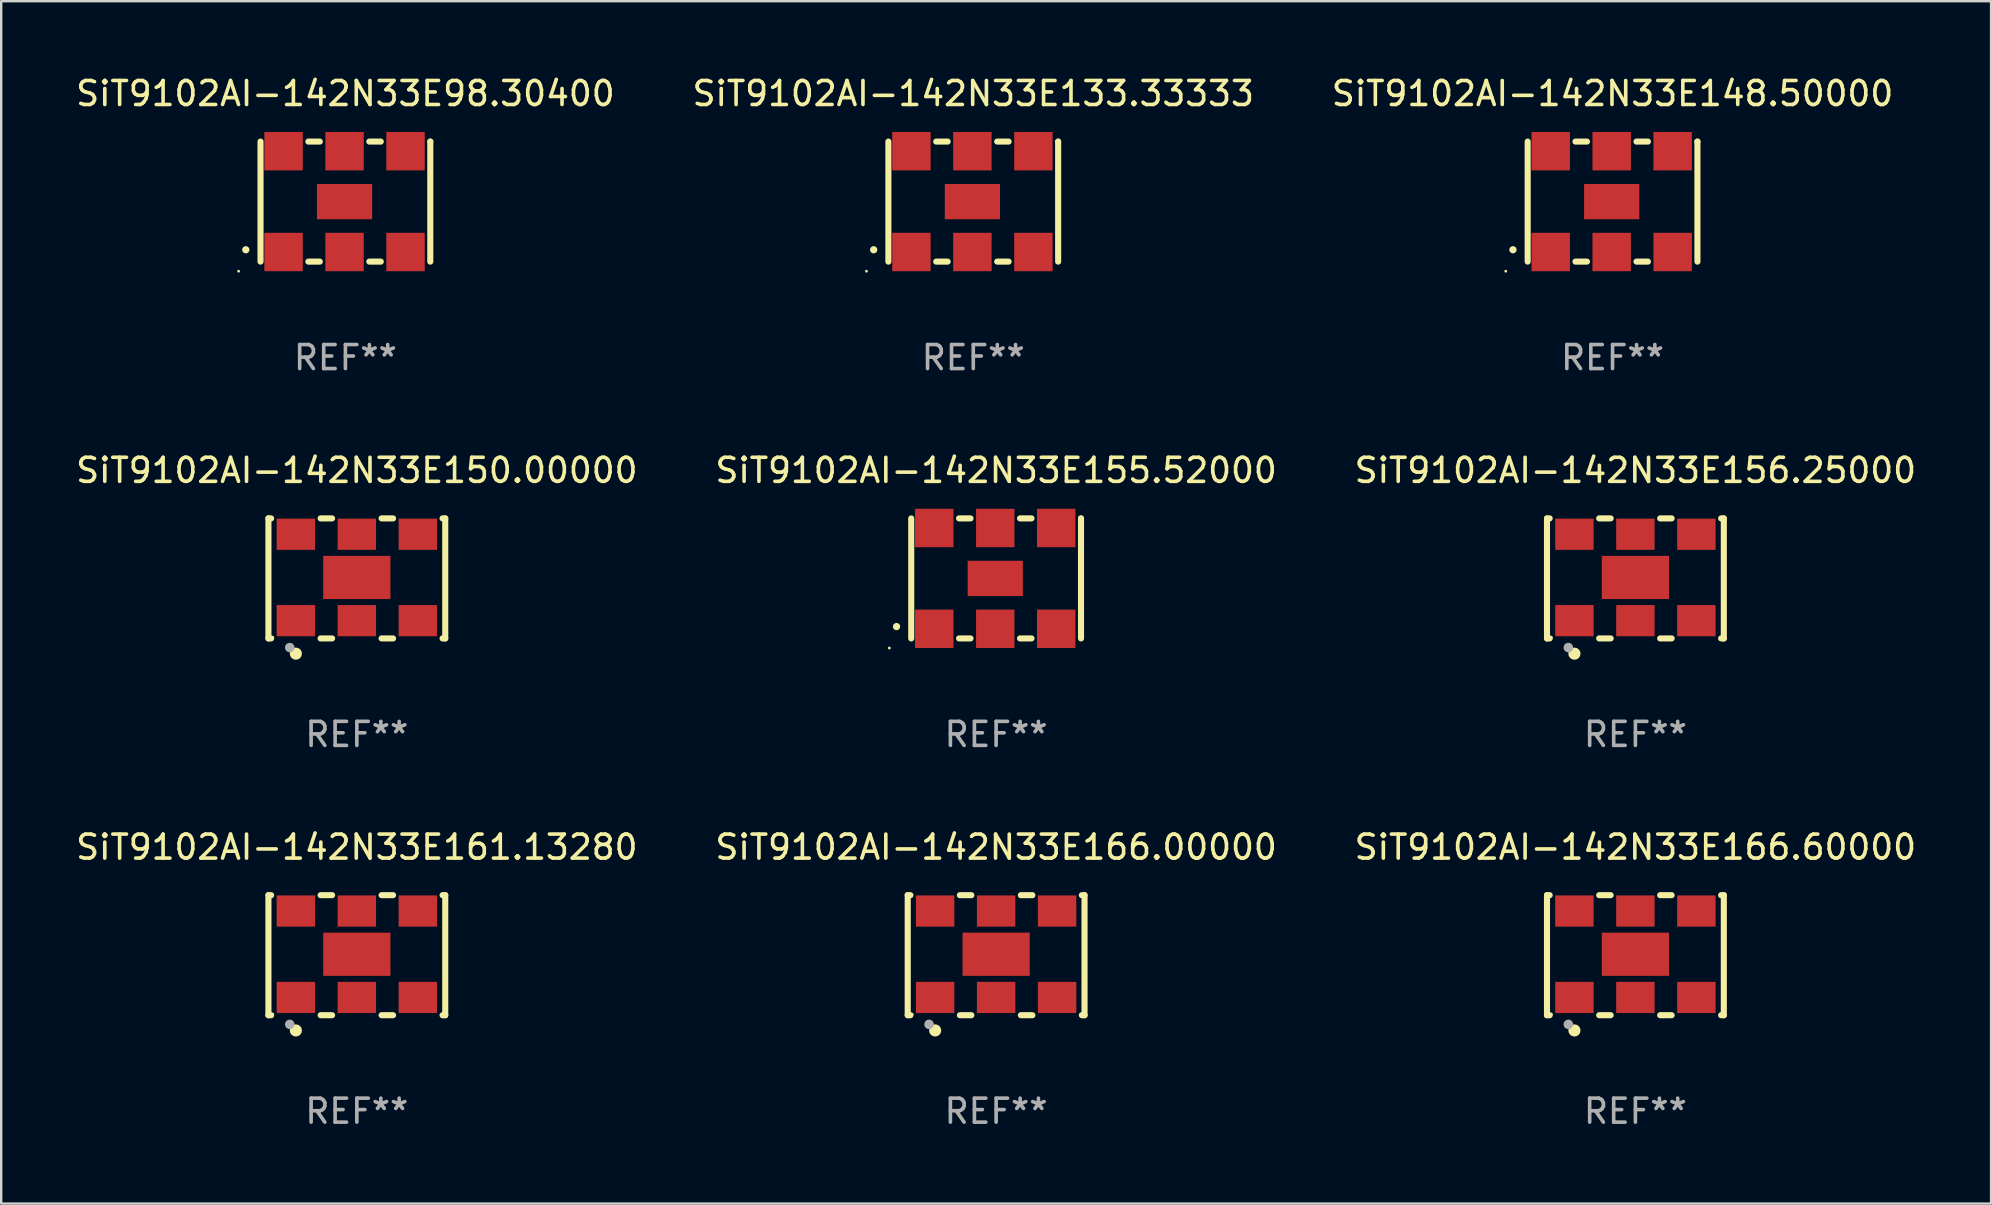
<source format=kicad_pcb>
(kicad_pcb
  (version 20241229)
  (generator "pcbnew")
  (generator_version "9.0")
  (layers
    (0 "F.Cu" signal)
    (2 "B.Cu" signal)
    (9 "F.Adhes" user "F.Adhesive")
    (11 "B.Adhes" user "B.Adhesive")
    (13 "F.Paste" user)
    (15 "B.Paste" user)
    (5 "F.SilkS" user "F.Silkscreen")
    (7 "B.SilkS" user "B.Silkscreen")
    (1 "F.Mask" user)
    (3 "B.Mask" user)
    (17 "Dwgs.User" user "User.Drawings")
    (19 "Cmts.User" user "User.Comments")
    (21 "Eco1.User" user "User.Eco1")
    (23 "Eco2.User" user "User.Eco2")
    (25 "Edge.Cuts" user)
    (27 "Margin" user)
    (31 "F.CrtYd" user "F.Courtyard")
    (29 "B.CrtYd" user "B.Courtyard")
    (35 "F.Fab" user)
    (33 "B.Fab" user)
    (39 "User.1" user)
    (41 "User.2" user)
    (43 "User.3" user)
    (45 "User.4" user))
  (footprint "SiT9102AI-142N33E98.30400"
    (layer "F.Cu")
    (at 11.339 5.348)
    (property "Reference" "SiT9102AI-142N33E98.30400" (at 0 -4.5 0) (layer "F.SilkS") (effects (font (size 1 1) (thickness 0.15))))
    (attr through_hole)
    (fp_line (start -3.536 -2.5) (end -3.536 2.5) (stroke (width 0.254) (type solid)) (layer "F.SilkS"))
    (fp_line (start -1.544 2.5) (end -1.067 2.5) (stroke (width 0.254) (type solid)) (layer "F.SilkS"))
    (fp_line (start -1.067 -2.5) (end -1.544 -2.5) (stroke (width 0.254) (type solid)) (layer "F.SilkS"))
    (fp_line (start 0.996 2.5) (end 1.473 2.5) (stroke (width 0.254) (type solid)) (layer "F.SilkS"))
    (fp_line (start 1.473 -2.5) (end 0.996 -2.5) (stroke (width 0.254) (type solid)) (layer "F.SilkS"))
    (fp_line (start 3.536 -2.5) (end 3.536 -2.5) (stroke (width 0.254) (type solid)) (layer "F.SilkS"))
    (fp_line (start 3.536 2.5) (end 3.536 -2.5) (stroke (width 0.254) (type solid)) (layer "F.SilkS"))
    (fp_arc (start -4.150432 2.006604) (mid -4.149162 2.006599) (end -4.147892 2.006604) (stroke (width 0.3) (type solid)) (layer "F.SilkS"))
    (fp_circle (center -4.449 2.9) (end -4.419 2.9) (stroke (width 0.06) (type solid)) (fill no) (layer "F.SilkS"))
    (fp_text user "REF**" (at 0 6.5 0) (layer "F.Fab") (effects (font (size 1 1) (thickness 0.15))))
    (pad "1" smd rect (at -2.576 2.1) (size 1.6 1.6) (layers "F.Cu" "F.Mask" "F.Paste"))
    (pad "2" smd rect (at -0.036 2.1) (size 1.6 1.6) (layers "F.Cu" "F.Mask" "F.Paste"))
    (pad "3" smd rect (at 2.504 2.1) (size 1.6 1.6) (layers "F.Cu" "F.Mask" "F.Paste"))
    (pad "4" smd rect (at 2.504 -2.1) (size 1.6 1.6) (layers "F.Cu" "F.Mask" "F.Paste"))
    (pad "5" smd rect (at -0.036 -2.1) (size 1.6 1.6) (layers "F.Cu" "F.Mask" "F.Paste"))
    (pad "6" smd rect (at -2.576 -2.1) (size 1.6 1.6) (layers "F.Cu" "F.Mask" "F.Paste"))
    (pad "7" smd rect (at -0.036 0) (size 2.3 1.47) (layers "F.Cu" "F.Mask" "F.Paste")))
  (footprint "SiT9102AI-142N33E155.52000"
    (layer "F.Cu")
    (at 38.446 21.045)
    (property "Reference" "SiT9102AI-142N33E155.52000" (at 0 -4.5 0) (layer "F.SilkS") (effects (font (size 1 1) (thickness 0.15))))
    (attr through_hole)
    (fp_line (start -3.536 -2.5) (end -3.536 2.5) (stroke (width 0.254) (type solid)) (layer "F.SilkS"))
    (fp_line (start -1.544 2.5) (end -1.067 2.5) (stroke (width 0.254) (type solid)) (layer "F.SilkS"))
    (fp_line (start -1.067 -2.5) (end -1.544 -2.5) (stroke (width 0.254) (type solid)) (layer "F.SilkS"))
    (fp_line (start 0.996 2.5) (end 1.473 2.5) (stroke (width 0.254) (type solid)) (layer "F.SilkS"))
    (fp_line (start 1.473 -2.5) (end 0.996 -2.5) (stroke (width 0.254) (type solid)) (layer "F.SilkS"))
    (fp_line (start 3.536 -2.5) (end 3.536 -2.5) (stroke (width 0.254) (type solid)) (layer "F.SilkS"))
    (fp_line (start 3.536 2.5) (end 3.536 -2.5) (stroke (width 0.254) (type solid)) (layer "F.SilkS"))
    (fp_arc (start -4.150432 2.006604) (mid -4.149162 2.006599) (end -4.147892 2.006604) (stroke (width 0.3) (type solid)) (layer "F.SilkS"))
    (fp_circle (center -4.449 2.9) (end -4.419 2.9) (stroke (width 0.06) (type solid)) (fill no) (layer "F.SilkS"))
    (fp_text user "REF**" (at 0 6.5 0) (layer "F.Fab") (effects (font (size 1 1) (thickness 0.15))))
    (pad "1" smd rect (at -2.576 2.1) (size 1.6 1.6) (layers "F.Cu" "F.Mask" "F.Paste"))
    (pad "2" smd rect (at -0.036 2.1) (size 1.6 1.6) (layers "F.Cu" "F.Mask" "F.Paste"))
    (pad "3" smd rect (at 2.504 2.1) (size 1.6 1.6) (layers "F.Cu" "F.Mask" "F.Paste"))
    (pad "4" smd rect (at 2.504 -2.1) (size 1.6 1.6) (layers "F.Cu" "F.Mask" "F.Paste"))
    (pad "5" smd rect (at -0.036 -2.1) (size 1.6 1.6) (layers "F.Cu" "F.Mask" "F.Paste"))
    (pad "6" smd rect (at -2.576 -2.1) (size 1.6 1.6) (layers "F.Cu" "F.Mask" "F.Paste"))
    (pad "7" smd rect (at -0.036 0) (size 2.3 1.47) (layers "F.Cu" "F.Mask" "F.Paste")))
  (footprint "SiT9102AI-142N33E161.13280"
    (layer "F.Cu")
    (at 11.815 36.741)
    (property "Reference" "SiT9102AI-142N33E161.13280" (at 0 -4.5 0) (layer "F.SilkS") (effects (font (size 1 1) (thickness 0.15))))
    (attr through_hole)
    (fp_line (start -3.683 -2.5) (end -3.571 -2.5) (stroke (width 0.254) (type solid)) (layer "F.SilkS"))
    (fp_line (start -3.683 2.5) (end -3.683 -2.5) (stroke (width 0.254) (type solid)) (layer "F.SilkS"))
    (fp_line (start -3.683 2.5) (end -3.571 2.5) (stroke (width 0.254) (type solid)) (layer "F.SilkS"))
    (fp_line (start -1.509 -2.5) (end -1.031 -2.5) (stroke (width 0.254) (type solid)) (layer "F.SilkS"))
    (fp_line (start -1.509 2.5) (end -1.031 2.5) (stroke (width 0.254) (type solid)) (layer "F.SilkS"))
    (fp_line (start 1.031 -2.5) (end 1.509 -2.5) (stroke (width 0.254) (type solid)) (layer "F.SilkS"))
    (fp_line (start 1.031 2.5) (end 1.509 2.5) (stroke (width 0.254) (type solid)) (layer "F.SilkS"))
    (fp_line (start 3.571 -2.5) (end 3.683 -2.5) (stroke (width 0.254) (type solid)) (layer "F.SilkS"))
    (fp_line (start 3.571 2.5) (end 3.683 2.5) (stroke (width 0.254) (type solid)) (layer "F.SilkS"))
    (fp_line (start 3.683 2.5) (end 3.683 -2.5) (stroke (width 0.254) (type solid)) (layer "F.SilkS"))
    (fp_circle (center -3.5 2.46) (end -3.47 2.46) (stroke (width 0.06) (type solid)) (fill no) (layer "F.SilkS"))
    (fp_circle (center -2.54 3.135) (end -2.413 3.135) (stroke (width 0.254) (type solid)) (fill no) (layer "F.SilkS"))
    (fp_circle (center -2.794 2.881) (end -2.694 2.881) (stroke (width 0.2) (type solid)) (fill no) (layer "F.Fab"))
    (fp_text user "REF**" (at 0 6.5 0) (layer "F.Fab") (effects (font (size 1 1) (thickness 0.15))))
    (pad "1" smd rect (at -2.54 1.76) (size 1.6 1.3) (layers "F.Cu" "F.Mask" "F.Paste"))
    (pad "2" smd rect (at 0 1.76) (size 1.6 1.3) (layers "F.Cu" "F.Mask" "F.Paste"))
    (pad "3" smd rect (at 2.54 1.76) (size 1.6 1.3) (layers "F.Cu" "F.Mask" "F.Paste"))
    (pad "4" smd rect (at 2.54 -1.84) (size 1.6 1.3) (layers "F.Cu" "F.Mask" "F.Paste"))
    (pad "5" smd rect (at 0 -1.84) (size 1.6 1.3) (layers "F.Cu" "F.Mask" "F.Paste"))
    (pad "6" smd rect (at -2.54 -1.84) (size 1.6 1.3) (layers "F.Cu" "F.Mask" "F.Paste"))
    (pad "7" smd rect (at 0 -0.04) (size 2.8 1.8) (layers "F.Cu" "F.Mask" "F.Paste")))
  (footprint "SiT9102AI-142N33E150.00000"
    (layer "F.Cu")
    (at 11.815 21.045)
    (property "Reference" "SiT9102AI-142N33E150.00000" (at 0 -4.5 0) (layer "F.SilkS") (effects (font (size 1 1) (thickness 0.15))))
    (attr through_hole)
    (fp_line (start -3.683 -2.5) (end -3.571 -2.5) (stroke (width 0.254) (type solid)) (layer "F.SilkS"))
    (fp_line (start -3.683 2.5) (end -3.683 -2.5) (stroke (width 0.254) (type solid)) (layer "F.SilkS"))
    (fp_line (start -3.683 2.5) (end -3.571 2.5) (stroke (width 0.254) (type solid)) (layer "F.SilkS"))
    (fp_line (start -1.509 -2.5) (end -1.031 -2.5) (stroke (width 0.254) (type solid)) (layer "F.SilkS"))
    (fp_line (start -1.509 2.5) (end -1.031 2.5) (stroke (width 0.254) (type solid)) (layer "F.SilkS"))
    (fp_line (start 1.031 -2.5) (end 1.509 -2.5) (stroke (width 0.254) (type solid)) (layer "F.SilkS"))
    (fp_line (start 1.031 2.5) (end 1.509 2.5) (stroke (width 0.254) (type solid)) (layer "F.SilkS"))
    (fp_line (start 3.571 -2.5) (end 3.683 -2.5) (stroke (width 0.254) (type solid)) (layer "F.SilkS"))
    (fp_line (start 3.571 2.5) (end 3.683 2.5) (stroke (width 0.254) (type solid)) (layer "F.SilkS"))
    (fp_line (start 3.683 2.5) (end 3.683 -2.5) (stroke (width 0.254) (type solid)) (layer "F.SilkS"))
    (fp_circle (center -3.5 2.46) (end -3.47 2.46) (stroke (width 0.06) (type solid)) (fill no) (layer "F.SilkS"))
    (fp_circle (center -2.54 3.135) (end -2.413 3.135) (stroke (width 0.254) (type solid)) (fill no) (layer "F.SilkS"))
    (fp_circle (center -2.794 2.881) (end -2.694 2.881) (stroke (width 0.2) (type solid)) (fill no) (layer "F.Fab"))
    (fp_text user "REF**" (at 0 6.5 0) (layer "F.Fab") (effects (font (size 1 1) (thickness 0.15))))
    (pad "1" smd rect (at -2.54 1.76) (size 1.6 1.3) (layers "F.Cu" "F.Mask" "F.Paste"))
    (pad "2" smd rect (at 0 1.76) (size 1.6 1.3) (layers "F.Cu" "F.Mask" "F.Paste"))
    (pad "3" smd rect (at 2.54 1.76) (size 1.6 1.3) (layers "F.Cu" "F.Mask" "F.Paste"))
    (pad "4" smd rect (at 2.54 -1.84) (size 1.6 1.3) (layers "F.Cu" "F.Mask" "F.Paste"))
    (pad "5" smd rect (at 0 -1.84) (size 1.6 1.3) (layers "F.Cu" "F.Mask" "F.Paste"))
    (pad "6" smd rect (at -2.54 -1.84) (size 1.6 1.3) (layers "F.Cu" "F.Mask" "F.Paste"))
    (pad "7" smd rect (at 0 -0.04) (size 2.8 1.8) (layers "F.Cu" "F.Mask" "F.Paste")))
  (footprint "SiT9102AI-142N33E166.60000"
    (layer "F.Cu")
    (at 65.077 36.741)
    (property "Reference" "SiT9102AI-142N33E166.60000" (at 0 -4.5 0) (layer "F.SilkS") (effects (font (size 1 1) (thickness 0.15))))
    (attr through_hole)
    (fp_line (start -3.683 -2.5) (end -3.571 -2.5) (stroke (width 0.254) (type solid)) (layer "F.SilkS"))
    (fp_line (start -3.683 2.5) (end -3.683 -2.5) (stroke (width 0.254) (type solid)) (layer "F.SilkS"))
    (fp_line (start -3.683 2.5) (end -3.571 2.5) (stroke (width 0.254) (type solid)) (layer "F.SilkS"))
    (fp_line (start -1.509 -2.5) (end -1.031 -2.5) (stroke (width 0.254) (type solid)) (layer "F.SilkS"))
    (fp_line (start -1.509 2.5) (end -1.031 2.5) (stroke (width 0.254) (type solid)) (layer "F.SilkS"))
    (fp_line (start 1.031 -2.5) (end 1.509 -2.5) (stroke (width 0.254) (type solid)) (layer "F.SilkS"))
    (fp_line (start 1.031 2.5) (end 1.509 2.5) (stroke (width 0.254) (type solid)) (layer "F.SilkS"))
    (fp_line (start 3.571 -2.5) (end 3.683 -2.5) (stroke (width 0.254) (type solid)) (layer "F.SilkS"))
    (fp_line (start 3.571 2.5) (end 3.683 2.5) (stroke (width 0.254) (type solid)) (layer "F.SilkS"))
    (fp_line (start 3.683 2.5) (end 3.683 -2.5) (stroke (width 0.254) (type solid)) (layer "F.SilkS"))
    (fp_circle (center -3.5 2.46) (end -3.47 2.46) (stroke (width 0.06) (type solid)) (fill no) (layer "F.SilkS"))
    (fp_circle (center -2.54 3.135) (end -2.413 3.135) (stroke (width 0.254) (type solid)) (fill no) (layer "F.SilkS"))
    (fp_circle (center -2.794 2.881) (end -2.694 2.881) (stroke (width 0.2) (type solid)) (fill no) (layer "F.Fab"))
    (fp_text user "REF**" (at 0 6.5 0) (layer "F.Fab") (effects (font (size 1 1) (thickness 0.15))))
    (pad "1" smd rect (at -2.54 1.76) (size 1.6 1.3) (layers "F.Cu" "F.Mask" "F.Paste"))
    (pad "2" smd rect (at 0 1.76) (size 1.6 1.3) (layers "F.Cu" "F.Mask" "F.Paste"))
    (pad "3" smd rect (at 2.54 1.76) (size 1.6 1.3) (layers "F.Cu" "F.Mask" "F.Paste"))
    (pad "4" smd rect (at 2.54 -1.84) (size 1.6 1.3) (layers "F.Cu" "F.Mask" "F.Paste"))
    (pad "5" smd rect (at 0 -1.84) (size 1.6 1.3) (layers "F.Cu" "F.Mask" "F.Paste"))
    (pad "6" smd rect (at -2.54 -1.84) (size 1.6 1.3) (layers "F.Cu" "F.Mask" "F.Paste"))
    (pad "7" smd rect (at 0 -0.04) (size 2.8 1.8) (layers "F.Cu" "F.Mask" "F.Paste")))
  (footprint "SiT9102AI-142N33E148.50000"
    (layer "F.Cu")
    (at 64.125 5.348)
    (property "Reference" "SiT9102AI-142N33E148.50000" (at 0 -4.5 0) (layer "F.SilkS") (effects (font (size 1 1) (thickness 0.15))))
    (attr through_hole)
    (fp_line (start -3.536 -2.5) (end -3.536 2.5) (stroke (width 0.254) (type solid)) (layer "F.SilkS"))
    (fp_line (start -1.544 2.5) (end -1.067 2.5) (stroke (width 0.254) (type solid)) (layer "F.SilkS"))
    (fp_line (start -1.067 -2.5) (end -1.544 -2.5) (stroke (width 0.254) (type solid)) (layer "F.SilkS"))
    (fp_line (start 0.996 2.5) (end 1.473 2.5) (stroke (width 0.254) (type solid)) (layer "F.SilkS"))
    (fp_line (start 1.473 -2.5) (end 0.996 -2.5) (stroke (width 0.254) (type solid)) (layer "F.SilkS"))
    (fp_line (start 3.536 -2.5) (end 3.536 -2.5) (stroke (width 0.254) (type solid)) (layer "F.SilkS"))
    (fp_line (start 3.536 2.5) (end 3.536 -2.5) (stroke (width 0.254) (type solid)) (layer "F.SilkS"))
    (fp_arc (start -4.150432 2.006604) (mid -4.149162 2.006599) (end -4.147892 2.006604) (stroke (width 0.3) (type solid)) (layer "F.SilkS"))
    (fp_circle (center -4.449 2.9) (end -4.419 2.9) (stroke (width 0.06) (type solid)) (fill no) (layer "F.SilkS"))
    (fp_text user "REF**" (at 0 6.5 0) (layer "F.Fab") (effects (font (size 1 1) (thickness 0.15))))
    (pad "1" smd rect (at -2.576 2.1) (size 1.6 1.6) (layers "F.Cu" "F.Mask" "F.Paste"))
    (pad "2" smd rect (at -0.036 2.1) (size 1.6 1.6) (layers "F.Cu" "F.Mask" "F.Paste"))
    (pad "3" smd rect (at 2.504 2.1) (size 1.6 1.6) (layers "F.Cu" "F.Mask" "F.Paste"))
    (pad "4" smd rect (at 2.504 -2.1) (size 1.6 1.6) (layers "F.Cu" "F.Mask" "F.Paste"))
    (pad "5" smd rect (at -0.036 -2.1) (size 1.6 1.6) (layers "F.Cu" "F.Mask" "F.Paste"))
    (pad "6" smd rect (at -2.576 -2.1) (size 1.6 1.6) (layers "F.Cu" "F.Mask" "F.Paste"))
    (pad "7" smd rect (at -0.036 0) (size 2.3 1.47) (layers "F.Cu" "F.Mask" "F.Paste")))
  (footprint "SiT9102AI-142N33E166.00000"
    (layer "F.Cu")
    (at 38.446 36.741)
    (property "Reference" "SiT9102AI-142N33E166.00000" (at 0 -4.5 0) (layer "F.SilkS") (effects (font (size 1 1) (thickness 0.15))))
    (attr through_hole)
    (fp_line (start -3.683 -2.5) (end -3.571 -2.5) (stroke (width 0.254) (type solid)) (layer "F.SilkS"))
    (fp_line (start -3.683 2.5) (end -3.683 -2.5) (stroke (width 0.254) (type solid)) (layer "F.SilkS"))
    (fp_line (start -3.683 2.5) (end -3.571 2.5) (stroke (width 0.254) (type solid)) (layer "F.SilkS"))
    (fp_line (start -1.509 -2.5) (end -1.031 -2.5) (stroke (width 0.254) (type solid)) (layer "F.SilkS"))
    (fp_line (start -1.509 2.5) (end -1.031 2.5) (stroke (width 0.254) (type solid)) (layer "F.SilkS"))
    (fp_line (start 1.031 -2.5) (end 1.509 -2.5) (stroke (width 0.254) (type solid)) (layer "F.SilkS"))
    (fp_line (start 1.031 2.5) (end 1.509 2.5) (stroke (width 0.254) (type solid)) (layer "F.SilkS"))
    (fp_line (start 3.571 -2.5) (end 3.683 -2.5) (stroke (width 0.254) (type solid)) (layer "F.SilkS"))
    (fp_line (start 3.571 2.5) (end 3.683 2.5) (stroke (width 0.254) (type solid)) (layer "F.SilkS"))
    (fp_line (start 3.683 2.5) (end 3.683 -2.5) (stroke (width 0.254) (type solid)) (layer "F.SilkS"))
    (fp_circle (center -3.5 2.46) (end -3.47 2.46) (stroke (width 0.06) (type solid)) (fill no) (layer "F.SilkS"))
    (fp_circle (center -2.54 3.135) (end -2.413 3.135) (stroke (width 0.254) (type solid)) (fill no) (layer "F.SilkS"))
    (fp_circle (center -2.794 2.881) (end -2.694 2.881) (stroke (width 0.2) (type solid)) (fill no) (layer "F.Fab"))
    (fp_text user "REF**" (at 0 6.5 0) (layer "F.Fab") (effects (font (size 1 1) (thickness 0.15))))
    (pad "1" smd rect (at -2.54 1.76) (size 1.6 1.3) (layers "F.Cu" "F.Mask" "F.Paste"))
    (pad "2" smd rect (at 0 1.76) (size 1.6 1.3) (layers "F.Cu" "F.Mask" "F.Paste"))
    (pad "3" smd rect (at 2.54 1.76) (size 1.6 1.3) (layers "F.Cu" "F.Mask" "F.Paste"))
    (pad "4" smd rect (at 2.54 -1.84) (size 1.6 1.3) (layers "F.Cu" "F.Mask" "F.Paste"))
    (pad "5" smd rect (at 0 -1.84) (size 1.6 1.3) (layers "F.Cu" "F.Mask" "F.Paste"))
    (pad "6" smd rect (at -2.54 -1.84) (size 1.6 1.3) (layers "F.Cu" "F.Mask" "F.Paste"))
    (pad "7" smd rect (at 0 -0.04) (size 2.8 1.8) (layers "F.Cu" "F.Mask" "F.Paste")))
  (footprint "SiT9102AI-142N33E156.25000"
    (layer "F.Cu")
    (at 65.077 21.045)
    (property "Reference" "SiT9102AI-142N33E156.25000" (at 0 -4.5 0) (layer "F.SilkS") (effects (font (size 1 1) (thickness 0.15))))
    (attr through_hole)
    (fp_line (start -3.683 -2.5) (end -3.571 -2.5) (stroke (width 0.254) (type solid)) (layer "F.SilkS"))
    (fp_line (start -3.683 2.5) (end -3.683 -2.5) (stroke (width 0.254) (type solid)) (layer "F.SilkS"))
    (fp_line (start -3.683 2.5) (end -3.571 2.5) (stroke (width 0.254) (type solid)) (layer "F.SilkS"))
    (fp_line (start -1.509 -2.5) (end -1.031 -2.5) (stroke (width 0.254) (type solid)) (layer "F.SilkS"))
    (fp_line (start -1.509 2.5) (end -1.031 2.5) (stroke (width 0.254) (type solid)) (layer "F.SilkS"))
    (fp_line (start 1.031 -2.5) (end 1.509 -2.5) (stroke (width 0.254) (type solid)) (layer "F.SilkS"))
    (fp_line (start 1.031 2.5) (end 1.509 2.5) (stroke (width 0.254) (type solid)) (layer "F.SilkS"))
    (fp_line (start 3.571 -2.5) (end 3.683 -2.5) (stroke (width 0.254) (type solid)) (layer "F.SilkS"))
    (fp_line (start 3.571 2.5) (end 3.683 2.5) (stroke (width 0.254) (type solid)) (layer "F.SilkS"))
    (fp_line (start 3.683 2.5) (end 3.683 -2.5) (stroke (width 0.254) (type solid)) (layer "F.SilkS"))
    (fp_circle (center -3.5 2.46) (end -3.47 2.46) (stroke (width 0.06) (type solid)) (fill no) (layer "F.SilkS"))
    (fp_circle (center -2.54 3.135) (end -2.413 3.135) (stroke (width 0.254) (type solid)) (fill no) (layer "F.SilkS"))
    (fp_circle (center -2.794 2.881) (end -2.694 2.881) (stroke (width 0.2) (type solid)) (fill no) (layer "F.Fab"))
    (fp_text user "REF**" (at 0 6.5 0) (layer "F.Fab") (effects (font (size 1 1) (thickness 0.15))))
    (pad "1" smd rect (at -2.54 1.76) (size 1.6 1.3) (layers "F.Cu" "F.Mask" "F.Paste"))
    (pad "2" smd rect (at 0 1.76) (size 1.6 1.3) (layers "F.Cu" "F.Mask" "F.Paste"))
    (pad "3" smd rect (at 2.54 1.76) (size 1.6 1.3) (layers "F.Cu" "F.Mask" "F.Paste"))
    (pad "4" smd rect (at 2.54 -1.84) (size 1.6 1.3) (layers "F.Cu" "F.Mask" "F.Paste"))
    (pad "5" smd rect (at 0 -1.84) (size 1.6 1.3) (layers "F.Cu" "F.Mask" "F.Paste"))
    (pad "6" smd rect (at -2.54 -1.84) (size 1.6 1.3) (layers "F.Cu" "F.Mask" "F.Paste"))
    (pad "7" smd rect (at 0 -0.04) (size 2.8 1.8) (layers "F.Cu" "F.Mask" "F.Paste")))
  (footprint "SiT9102AI-142N33E133.33333"
    (layer "F.Cu")
    (at 37.494 5.348)
    (property "Reference" "SiT9102AI-142N33E133.33333" (at 0 -4.5 0) (layer "F.SilkS") (effects (font (size 1 1) (thickness 0.15))))
    (attr through_hole)
    (fp_line (start -3.536 -2.5) (end -3.536 2.5) (stroke (width 0.254) (type solid)) (layer "F.SilkS"))
    (fp_line (start -1.544 2.5) (end -1.067 2.5) (stroke (width 0.254) (type solid)) (layer "F.SilkS"))
    (fp_line (start -1.067 -2.5) (end -1.544 -2.5) (stroke (width 0.254) (type solid)) (layer "F.SilkS"))
    (fp_line (start 0.996 2.5) (end 1.473 2.5) (stroke (width 0.254) (type solid)) (layer "F.SilkS"))
    (fp_line (start 1.473 -2.5) (end 0.996 -2.5) (stroke (width 0.254) (type solid)) (layer "F.SilkS"))
    (fp_line (start 3.536 -2.5) (end 3.536 -2.5) (stroke (width 0.254) (type solid)) (layer "F.SilkS"))
    (fp_line (start 3.536 2.5) (end 3.536 -2.5) (stroke (width 0.254) (type solid)) (layer "F.SilkS"))
    (fp_arc (start -4.150432 2.006604) (mid -4.149162 2.006599) (end -4.147892 2.006604) (stroke (width 0.3) (type solid)) (layer "F.SilkS"))
    (fp_circle (center -4.449 2.9) (end -4.419 2.9) (stroke (width 0.06) (type solid)) (fill no) (layer "F.SilkS"))
    (fp_text user "REF**" (at 0 6.5 0) (layer "F.Fab") (effects (font (size 1 1) (thickness 0.15))))
    (pad "1" smd rect (at -2.576 2.1) (size 1.6 1.6) (layers "F.Cu" "F.Mask" "F.Paste"))
    (pad "2" smd rect (at -0.036 2.1) (size 1.6 1.6) (layers "F.Cu" "F.Mask" "F.Paste"))
    (pad "3" smd rect (at 2.504 2.1) (size 1.6 1.6) (layers "F.Cu" "F.Mask" "F.Paste"))
    (pad "4" smd rect (at 2.504 -2.1) (size 1.6 1.6) (layers "F.Cu" "F.Mask" "F.Paste"))
    (pad "5" smd rect (at -0.036 -2.1) (size 1.6 1.6) (layers "F.Cu" "F.Mask" "F.Paste"))
    (pad "6" smd rect (at -2.576 -2.1) (size 1.6 1.6) (layers "F.Cu" "F.Mask" "F.Paste"))
    (pad "7" smd rect (at -0.036 0) (size 2.3 1.47) (layers "F.Cu" "F.Mask" "F.Paste")))
  (gr_rect
    (start -3 -3)
    (end 79.893 47.09)
    (stroke (width 0.1) (type default))
    (fill no)
    (layer "Edge.Cuts")))
</source>
